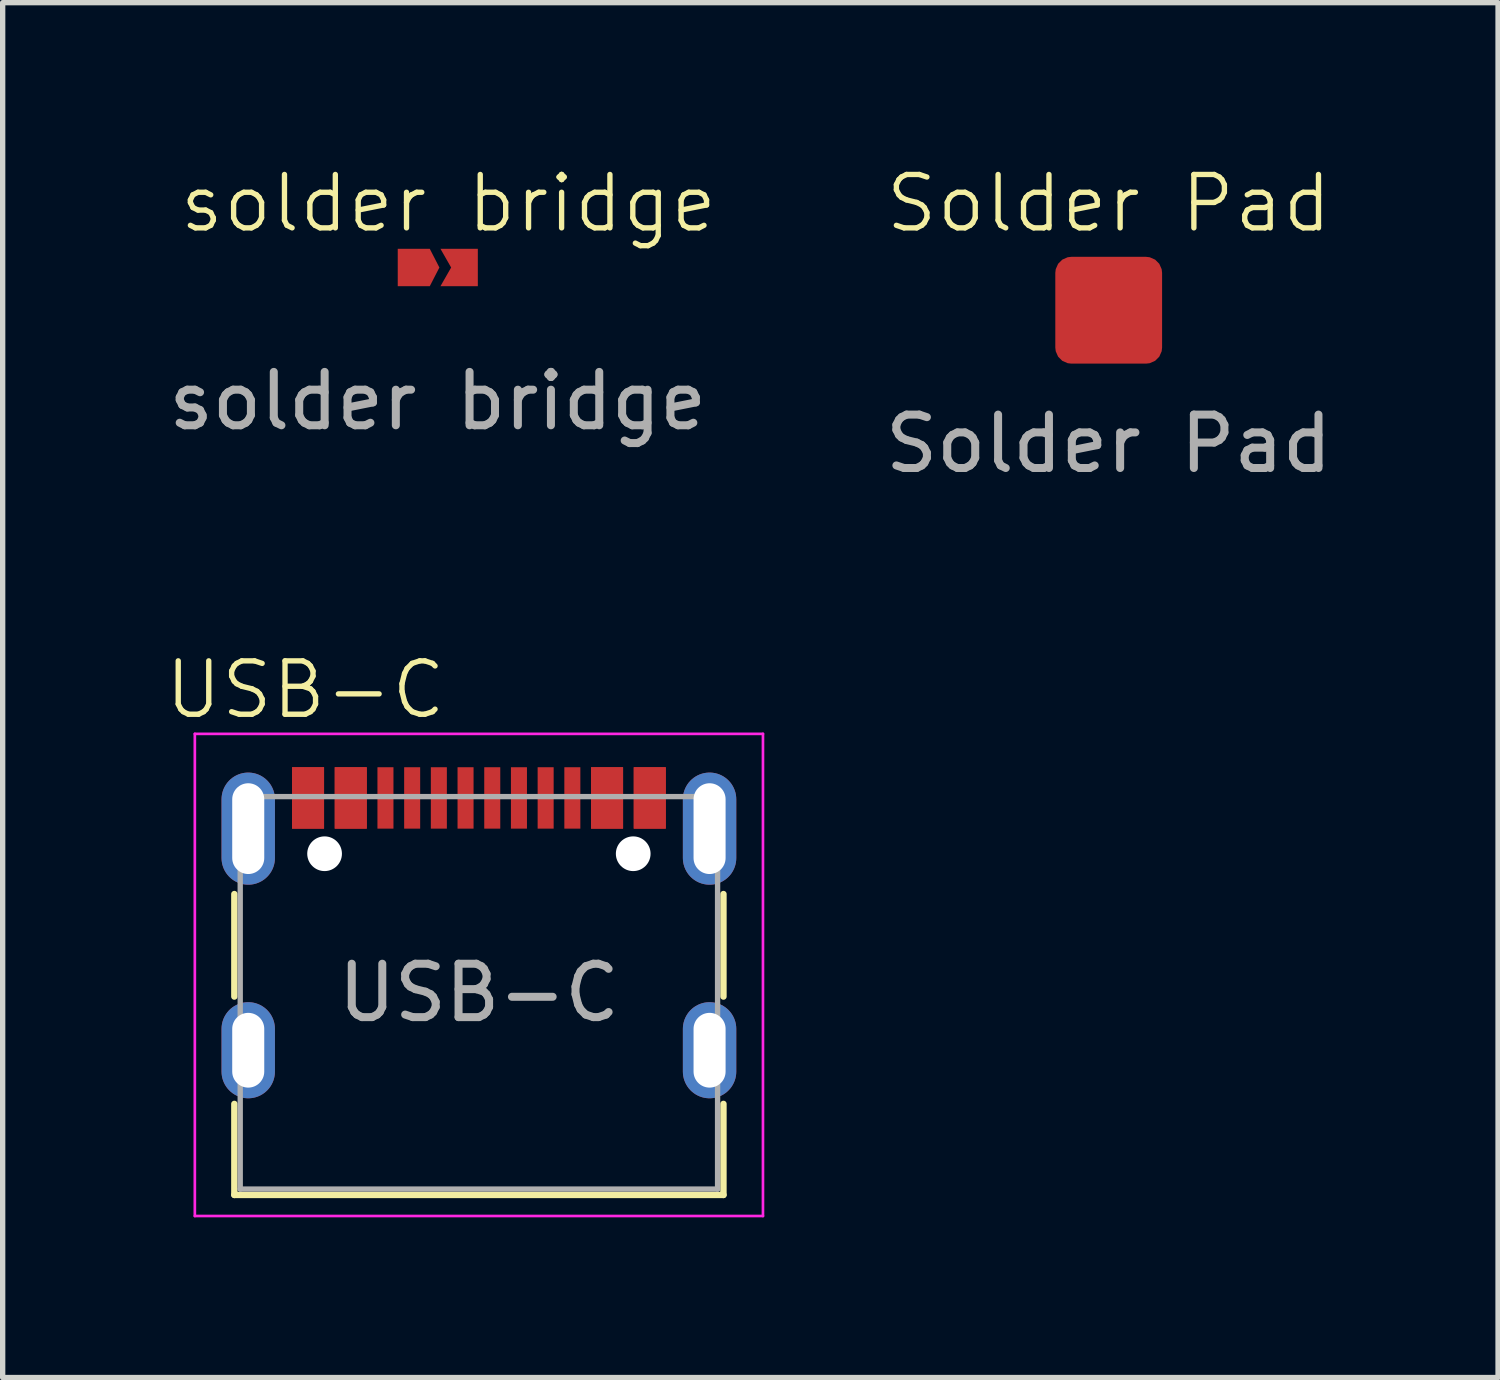
<source format=kicad_pcb>
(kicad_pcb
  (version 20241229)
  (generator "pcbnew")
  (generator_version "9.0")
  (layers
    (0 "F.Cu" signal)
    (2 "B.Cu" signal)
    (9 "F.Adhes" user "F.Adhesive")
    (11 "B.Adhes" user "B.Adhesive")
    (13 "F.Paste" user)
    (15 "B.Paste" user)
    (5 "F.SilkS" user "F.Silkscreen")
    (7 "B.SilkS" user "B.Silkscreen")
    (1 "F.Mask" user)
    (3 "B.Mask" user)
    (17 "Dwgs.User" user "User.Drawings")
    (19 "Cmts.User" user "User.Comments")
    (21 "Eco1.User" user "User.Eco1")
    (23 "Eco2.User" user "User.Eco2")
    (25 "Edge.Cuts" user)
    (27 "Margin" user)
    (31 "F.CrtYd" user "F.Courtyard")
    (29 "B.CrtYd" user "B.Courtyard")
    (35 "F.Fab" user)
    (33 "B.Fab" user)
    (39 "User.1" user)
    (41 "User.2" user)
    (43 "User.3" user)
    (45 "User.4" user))
  (footprint "Solder Pad"
    (layer "F.Cu")
    (at 17.714 2.76)
    (property "Reference" "Solder Pad" (at 0 -2 0) (unlocked yes) (layer "F.SilkS") (effects (font (size 1 1) (thickness 0.1))))
    (attr smd)
    (fp_text user "${REFERENCE}" (at 0 2.5 0) (unlocked yes) (layer "F.Fab") (effects (font (size 1 1) (thickness 0.15))))
    (pad "1" smd roundrect (at 0 0) (size 2 2) (layers "F.Cu" "F.Mask" "F.Paste") (roundrect_rratio 0.15)))
  (footprint "solder bridge"
    (layer "F.Cu")
    (at 5.149 1.96)
    (property "Reference" "solder bridge" (at 0.2 -1.2 0) (unlocked yes) (layer "F.SilkS") (effects (font (size 1 1) (thickness 0.1))))
    (attr smd)
    (fp_text user "${REFERENCE}" (at 0 2.5 0) (unlocked yes) (layer "F.Fab") (effects (font (size 1 1) (thickness 0.15))))
    (pad "1" smd custom (at -0.45 0) (size 0.6 0.7) (layers "F.Cu" "F.Mask" "F.Paste") (options (anchor rect)) (primitives (gr_poly (pts (xy -0.3 -0.35) (xy 0.3 -0.35) (xy 0.48 0) (xy 0.3 0.35) (xy -0.3 0.35)) (width 0) (fill yes))))
    (pad "2" smd custom (at 0.525 0) (size 0.45 0.7) (layers "F.Cu" "F.Mask" "F.Paste") (options (anchor rect)) (primitives (gr_poly (pts (xy -0.475 -0.35) (xy -0.275 0) (xy -0.475 0.35) (xy 0.225 0.35) (xy 0.225 -0.35)) (width 0) (fill yes)))))
  (footprint "USB-C"
    (layer "F.Cu")
    (at 5.919 16.619)
    (property "Reference" "USB-C" (at -3.25 -6.75 0) (unlocked yes) (layer "F.SilkS") (effects (font (size 1 1) (thickness 0.1))))
    (attr smd)
    (fp_line (start -4.58 -2.925) (end -4.58 -1.005) (stroke (width 0.12) (type solid)) (layer "F.SilkS"))
    (fp_line (start -4.58 2.71) (end -4.58 1.005) (stroke (width 0.12) (type solid)) (layer "F.SilkS"))
    (fp_line (start 4.58 -1.005) (end 4.58 -2.925) (stroke (width 0.12) (type solid)) (layer "F.SilkS"))
    (fp_line (start 4.58 1.005) (end 4.58 2.71) (stroke (width 0.12) (type solid)) (layer "F.SilkS"))
    (fp_line (start 4.58 2.71) (end -4.58 2.71) (stroke (width 0.12) (type solid)) (layer "F.SilkS"))
    (fp_line (start -5.32 -5.925) (end 5.32 -5.925) (stroke (width 0.05) (type solid)) (layer "F.CrtYd"))
    (fp_line (start -5.32 3.105) (end -5.32 -5.925) (stroke (width 0.05) (type solid)) (layer "F.CrtYd"))
    (fp_line (start 5.32 -5.925) (end 5.32 3.105) (stroke (width 0.05) (type solid)) (layer "F.CrtYd"))
    (fp_line (start 5.32 3.105) (end -5.32 3.105) (stroke (width 0.05) (type solid)) (layer "F.CrtYd"))
    (fp_line (start -4.47 -4.75) (end -4.47 2.6) (stroke (width 0.1) (type solid)) (layer "F.Fab"))
    (fp_line (start -4.47 -4.75) (end 4.47 -4.75) (stroke (width 0.1) (type solid)) (layer "F.Fab"))
    (fp_line (start -4.47 2.6) (end 4.47 2.6) (stroke (width 0.1) (type solid)) (layer "F.Fab"))
    (fp_line (start 4.47 2.6) (end 4.47 -4.75) (stroke (width 0.1) (type solid)) (layer "F.Fab"))
    (fp_text user "${REFERENCE}" (at 0 -1.075 0) (layer "F.Fab") (effects (font (size 1 1) (thickness 0.15))))
    (pad "" np_thru_hole circle (at -2.89 -3.68) (size 0.65 0.65) (drill 0.65) (layers "*.Cu" "*.Mask"))
    (pad "" np_thru_hole circle (at 2.89 -3.68) (size 0.65 0.65) (drill 0.65) (layers "*.Cu" "*.Mask"))
    (pad "A1" smd rect (at -3.2 -4.725) (size 0.6 1.15) (layers "F.Cu" "F.Mask" "F.Paste"))
    (pad "A4" smd rect (at -2.4 -4.725) (size 0.6 1.15) (layers "F.Cu" "F.Mask" "F.Paste"))
    (pad "A5" smd rect (at -1.25 -4.725) (size 0.3 1.15) (layers "F.Cu" "F.Mask" "F.Paste"))
    (pad "A6" smd rect (at -0.25 -4.725) (size 0.3 1.15) (layers "F.Cu" "F.Mask" "F.Paste"))
    (pad "A7" smd rect (at 0.25 -4.725) (size 0.3 1.15) (layers "F.Cu" "F.Mask" "F.Paste"))
    (pad "A8" smd rect (at 1.25 -4.725) (size 0.3 1.15) (layers "F.Cu" "F.Mask" "F.Paste"))
    (pad "A9" smd rect (at 2.4 -4.725) (size 0.6 1.15) (layers "F.Cu" "F.Mask" "F.Paste"))
    (pad "A12" smd rect (at 3.2 -4.725) (size 0.6 1.15) (layers "F.Cu" "F.Mask" "F.Paste"))
    (pad "B1" smd rect (at 3.2 -4.725) (size 0.6 1.15) (layers "F.Cu" "F.Mask" "F.Paste"))
    (pad "B4" smd rect (at 2.4 -4.725) (size 0.6 1.15) (layers "F.Cu" "F.Mask" "F.Paste"))
    (pad "B5" smd rect (at 1.75 -4.725) (size 0.3 1.15) (layers "F.Cu" "F.Mask" "F.Paste"))
    (pad "B6" smd rect (at 0.75 -4.725) (size 0.3 1.15) (layers "F.Cu" "F.Mask" "F.Paste"))
    (pad "B7" smd rect (at -0.75 -4.725) (size 0.3 1.15) (layers "F.Cu" "F.Mask" "F.Paste"))
    (pad "B8" smd rect (at -1.75 -4.725) (size 0.3 1.15) (layers "F.Cu" "F.Mask" "F.Paste"))
    (pad "B9" smd rect (at -2.4 -4.725) (size 0.6 1.15) (layers "F.Cu" "F.Mask" "F.Paste"))
    (pad "B12" smd rect (at -3.2 -4.725) (size 0.6 1.15) (layers "F.Cu" "F.Mask" "F.Paste"))
    (pad "S1" thru_hole oval (at -4.32 -4.15) (size 1 2.1) (drill oval 0.6 1.7) (layers "*.Cu" "*.Mask"))
    (pad "S1" thru_hole oval (at -4.32 0) (size 1 1.8) (drill oval 0.6 1.4) (layers "*.Cu" "*.Mask"))
    (pad "S1" thru_hole oval (at 4.32 -4.15) (size 1 2.1) (drill oval 0.6 1.7) (layers "*.Cu" "*.Mask"))
    (pad "S1" thru_hole oval (at 4.32 0) (size 1 1.8) (drill oval 0.6 1.4) (layers "*.Cu" "*.Mask")))
  (gr_rect
    (start -3 -3)
    (end 25.006 22.749)
    (stroke (width 0.1) (type default))
    (fill no)
    (layer "Edge.Cuts")))
</source>
